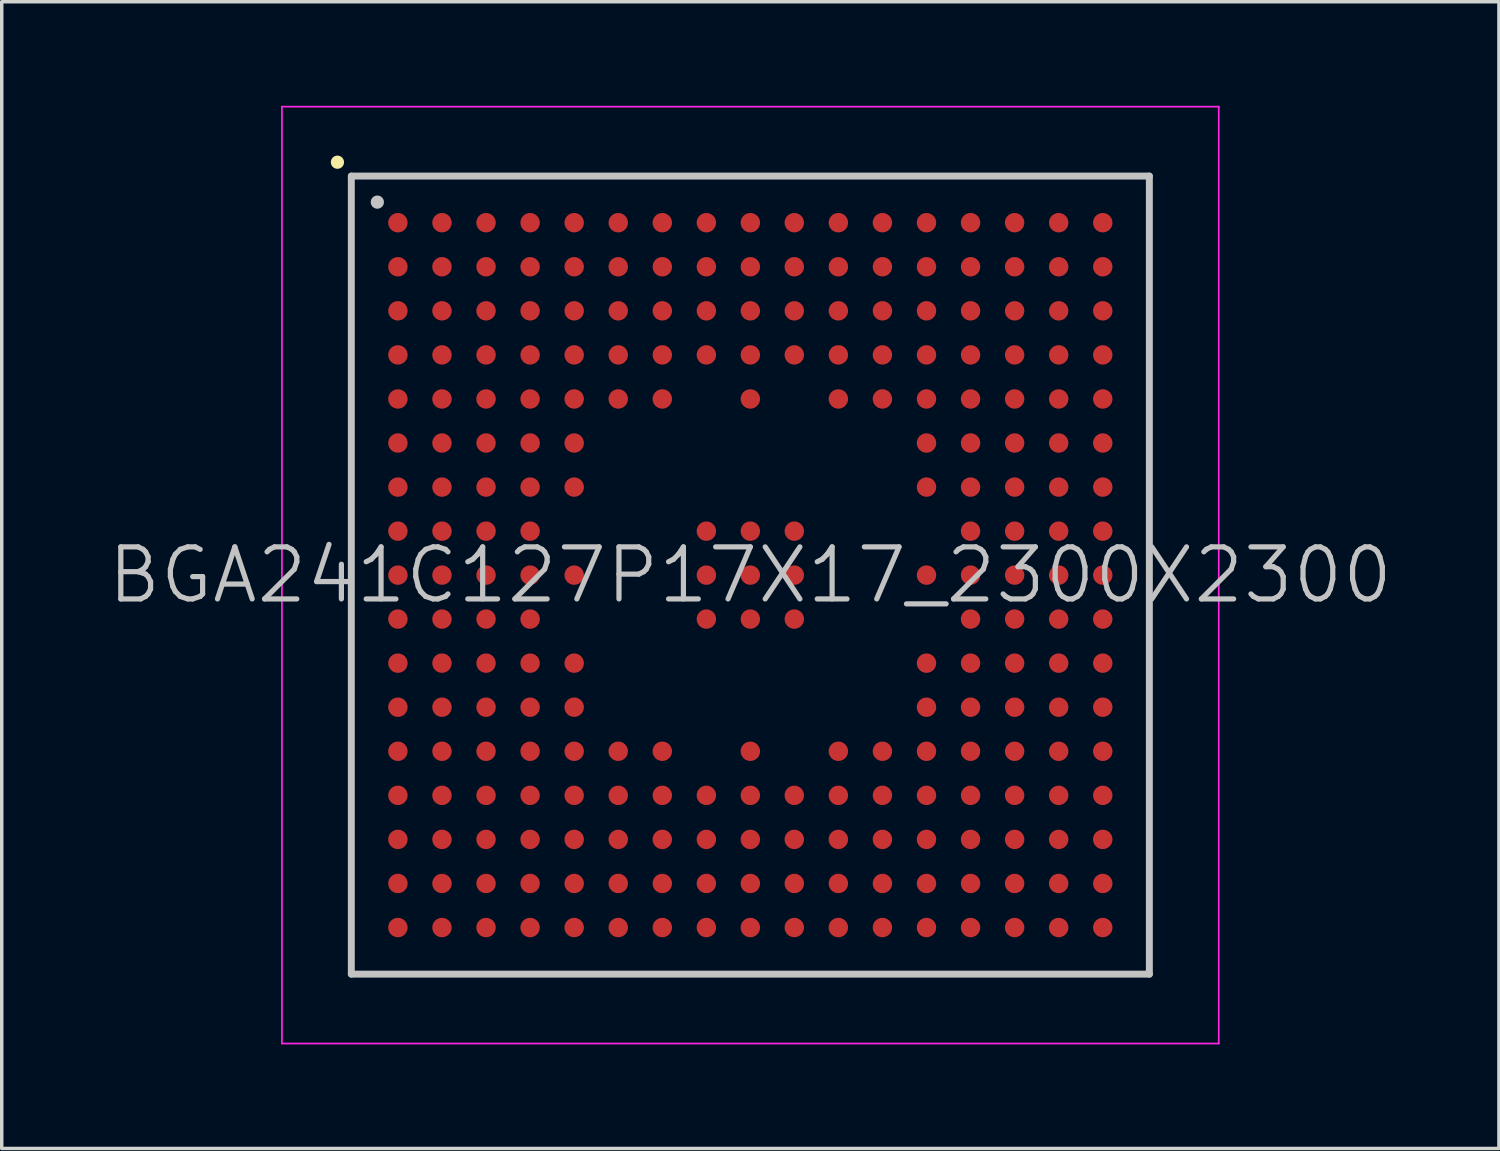
<source format=kicad_pcb>
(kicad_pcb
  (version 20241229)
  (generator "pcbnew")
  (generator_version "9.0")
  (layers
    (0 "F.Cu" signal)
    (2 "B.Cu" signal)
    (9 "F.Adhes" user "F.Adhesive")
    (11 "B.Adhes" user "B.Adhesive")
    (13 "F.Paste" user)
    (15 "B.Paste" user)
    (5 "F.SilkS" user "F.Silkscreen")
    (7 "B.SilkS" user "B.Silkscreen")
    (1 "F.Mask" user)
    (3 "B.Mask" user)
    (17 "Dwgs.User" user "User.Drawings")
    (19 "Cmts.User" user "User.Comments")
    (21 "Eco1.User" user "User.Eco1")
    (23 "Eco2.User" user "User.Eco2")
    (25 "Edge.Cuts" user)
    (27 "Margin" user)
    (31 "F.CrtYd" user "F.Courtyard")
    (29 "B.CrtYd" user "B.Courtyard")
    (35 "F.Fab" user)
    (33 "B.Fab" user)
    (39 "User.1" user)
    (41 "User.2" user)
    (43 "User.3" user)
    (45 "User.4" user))
  (footprint "BGA241C127P17X17_2300X2300"
    (layer "F.Cu")
    (at 18.575 13.525)
    (property "Reference" "BGA241C127P17X17_2300X2300" (at 0 0 0) (layer "Dwgs.User") (effects (font (size 1.5 1.5) (thickness 0.15))))
    (attr smd)
    (fp_line (start -11.9 -11.9) (end -11.9 -11.9) (stroke (width 0.381) (type solid)) (layer "F.SilkS"))
    (fp_line (start -11.5 -11.5) (end -11.5 11.5) (stroke (width 0.2) (type solid)) (layer "Dwgs.User"))
    (fp_line (start -11.5 -11.5) (end 11.5 -11.5) (stroke (width 0.2) (type solid)) (layer "Dwgs.User"))
    (fp_line (start -11.5 11.5) (end 11.5 11.5) (stroke (width 0.2) (type solid)) (layer "Dwgs.User"))
    (fp_line (start -10.75 -10.75) (end -10.75 -10.75) (stroke (width 0.381) (type solid)) (layer "Dwgs.User"))
    (fp_line (start 11.5 -11.5) (end 11.5 11.5) (stroke (width 0.2) (type solid)) (layer "Dwgs.User"))
    (fp_line (start -13.5 -13.5) (end -13.5 13.5) (stroke (width 0.05) (type solid)) (layer "F.CrtYd"))
    (fp_line (start -13.5 -13.5) (end 13.5 -13.5) (stroke (width 0.05) (type solid)) (layer "F.CrtYd"))
    (fp_line (start -13.5 13.5) (end 13.5 13.5) (stroke (width 0.05) (type solid)) (layer "F.CrtYd"))
    (fp_line (start 13.5 -13.5) (end 13.5 13.5) (stroke (width 0.05) (type solid)) (layer "F.CrtYd"))
    (pad "A1" smd circle (at -10.157 -10.157 270) (size 0.56 0.56) (layers "F.Cu" "F.Mask" "F.Paste"))
    (pad "A2" smd circle (at -8.887 -10.157 270) (size 0.56 0.56) (layers "F.Cu" "F.Mask" "F.Paste"))
    (pad "A3" smd circle (at -7.617 -10.157 270) (size 0.56 0.56) (layers "F.Cu" "F.Mask" "F.Paste"))
    (pad "A4" smd circle (at -6.347 -10.157 270) (size 0.56 0.56) (layers "F.Cu" "F.Mask" "F.Paste"))
    (pad "A5" smd circle (at -5.077 -10.157 270) (size 0.56 0.56) (layers "F.Cu" "F.Mask" "F.Paste"))
    (pad "A6" smd circle (at -3.807 -10.157 270) (size 0.56 0.56) (layers "F.Cu" "F.Mask" "F.Paste"))
    (pad "A7" smd circle (at -2.537 -10.157 270) (size 0.56 0.56) (layers "F.Cu" "F.Mask" "F.Paste"))
    (pad "A8" smd circle (at -1.267 -10.157 270) (size 0.56 0.56) (layers "F.Cu" "F.Mask" "F.Paste"))
    (pad "A9" smd circle (at 0 -10.157 270) (size 0.56 0.56) (layers "F.Cu" "F.Mask" "F.Paste"))
    (pad "A10" smd circle (at 1.267 -10.157 270) (size 0.56 0.56) (layers "F.Cu" "F.Mask" "F.Paste"))
    (pad "A11" smd circle (at 2.537 -10.157 270) (size 0.56 0.56) (layers "F.Cu" "F.Mask" "F.Paste"))
    (pad "A12" smd circle (at 3.807 -10.157 270) (size 0.56 0.56) (layers "F.Cu" "F.Mask" "F.Paste"))
    (pad "A13" smd circle (at 5.077 -10.157 270) (size 0.56 0.56) (layers "F.Cu" "F.Mask" "F.Paste"))
    (pad "A14" smd circle (at 6.347 -10.157 270) (size 0.56 0.56) (layers "F.Cu" "F.Mask" "F.Paste"))
    (pad "A15" smd circle (at 7.617 -10.157 270) (size 0.56 0.56) (layers "F.Cu" "F.Mask" "F.Paste"))
    (pad "A16" smd circle (at 8.887 -10.157 270) (size 0.56 0.56) (layers "F.Cu" "F.Mask" "F.Paste"))
    (pad "A17" smd circle (at 10.157 -10.157 270) (size 0.56 0.56) (layers "F.Cu" "F.Mask" "F.Paste"))
    (pad "B1" smd circle (at -10.157 -8.887 270) (size 0.56 0.56) (layers "F.Cu" "F.Mask" "F.Paste"))
    (pad "B2" smd circle (at -8.887 -8.887 270) (size 0.56 0.56) (layers "F.Cu" "F.Mask" "F.Paste"))
    (pad "B3" smd circle (at -7.617 -8.887 270) (size 0.56 0.56) (layers "F.Cu" "F.Mask" "F.Paste"))
    (pad "B4" smd circle (at -6.347 -8.887 270) (size 0.56 0.56) (layers "F.Cu" "F.Mask" "F.Paste"))
    (pad "B5" smd circle (at -5.077 -8.887 270) (size 0.56 0.56) (layers "F.Cu" "F.Mask" "F.Paste"))
    (pad "B6" smd circle (at -3.807 -8.887 270) (size 0.56 0.56) (layers "F.Cu" "F.Mask" "F.Paste"))
    (pad "B7" smd circle (at -2.537 -8.887 270) (size 0.56 0.56) (layers "F.Cu" "F.Mask" "F.Paste"))
    (pad "B8" smd circle (at -1.267 -8.887 270) (size 0.56 0.56) (layers "F.Cu" "F.Mask" "F.Paste"))
    (pad "B9" smd circle (at 0 -8.887 270) (size 0.56 0.56) (layers "F.Cu" "F.Mask" "F.Paste"))
    (pad "B10" smd circle (at 1.267 -8.887 270) (size 0.56 0.56) (layers "F.Cu" "F.Mask" "F.Paste"))
    (pad "B11" smd circle (at 2.537 -8.887 270) (size 0.56 0.56) (layers "F.Cu" "F.Mask" "F.Paste"))
    (pad "B12" smd circle (at 3.807 -8.887 270) (size 0.56 0.56) (layers "F.Cu" "F.Mask" "F.Paste"))
    (pad "B13" smd circle (at 5.077 -8.887 270) (size 0.56 0.56) (layers "F.Cu" "F.Mask" "F.Paste"))
    (pad "B14" smd circle (at 6.347 -8.887 270) (size 0.56 0.56) (layers "F.Cu" "F.Mask" "F.Paste"))
    (pad "B15" smd circle (at 7.617 -8.887 270) (size 0.56 0.56) (layers "F.Cu" "F.Mask" "F.Paste"))
    (pad "B16" smd circle (at 8.887 -8.887 270) (size 0.56 0.56) (layers "F.Cu" "F.Mask" "F.Paste"))
    (pad "B17" smd circle (at 10.157 -8.887 270) (size 0.56 0.56) (layers "F.Cu" "F.Mask" "F.Paste"))
    (pad "C1" smd circle (at -10.157 -7.617 270) (size 0.56 0.56) (layers "F.Cu" "F.Mask" "F.Paste"))
    (pad "C2" smd circle (at -8.887 -7.617 270) (size 0.56 0.56) (layers "F.Cu" "F.Mask" "F.Paste"))
    (pad "C3" smd circle (at -7.617 -7.617 270) (size 0.56 0.56) (layers "F.Cu" "F.Mask" "F.Paste"))
    (pad "C4" smd circle (at -6.347 -7.617 270) (size 0.56 0.56) (layers "F.Cu" "F.Mask" "F.Paste"))
    (pad "C5" smd circle (at -5.077 -7.617 270) (size 0.56 0.56) (layers "F.Cu" "F.Mask" "F.Paste"))
    (pad "C6" smd circle (at -3.807 -7.617 270) (size 0.56 0.56) (layers "F.Cu" "F.Mask" "F.Paste"))
    (pad "C7" smd circle (at -2.537 -7.617 270) (size 0.56 0.56) (layers "F.Cu" "F.Mask" "F.Paste"))
    (pad "C8" smd circle (at -1.267 -7.617 270) (size 0.56 0.56) (layers "F.Cu" "F.Mask" "F.Paste"))
    (pad "C9" smd circle (at 0 -7.617 270) (size 0.56 0.56) (layers "F.Cu" "F.Mask" "F.Paste"))
    (pad "C10" smd circle (at 1.267 -7.617 270) (size 0.56 0.56) (layers "F.Cu" "F.Mask" "F.Paste"))
    (pad "C11" smd circle (at 2.537 -7.617 270) (size 0.56 0.56) (layers "F.Cu" "F.Mask" "F.Paste"))
    (pad "C12" smd circle (at 3.807 -7.617 270) (size 0.56 0.56) (layers "F.Cu" "F.Mask" "F.Paste"))
    (pad "C13" smd circle (at 5.077 -7.617 270) (size 0.56 0.56) (layers "F.Cu" "F.Mask" "F.Paste"))
    (pad "C14" smd circle (at 6.347 -7.617 270) (size 0.56 0.56) (layers "F.Cu" "F.Mask" "F.Paste"))
    (pad "C15" smd circle (at 7.617 -7.617 270) (size 0.56 0.56) (layers "F.Cu" "F.Mask" "F.Paste"))
    (pad "C16" smd circle (at 8.887 -7.617 270) (size 0.56 0.56) (layers "F.Cu" "F.Mask" "F.Paste"))
    (pad "C17" smd circle (at 10.157 -7.617 270) (size 0.56 0.56) (layers "F.Cu" "F.Mask" "F.Paste"))
    (pad "D1" smd circle (at -10.157 -6.347 270) (size 0.56 0.56) (layers "F.Cu" "F.Mask" "F.Paste"))
    (pad "D2" smd circle (at -8.887 -6.347 270) (size 0.56 0.56) (layers "F.Cu" "F.Mask" "F.Paste"))
    (pad "D3" smd circle (at -7.617 -6.347 270) (size 0.56 0.56) (layers "F.Cu" "F.Mask" "F.Paste"))
    (pad "D4" smd circle (at -6.347 -6.347 270) (size 0.56 0.56) (layers "F.Cu" "F.Mask" "F.Paste"))
    (pad "D5" smd circle (at -5.077 -6.347 270) (size 0.56 0.56) (layers "F.Cu" "F.Mask" "F.Paste"))
    (pad "D6" smd circle (at -3.807 -6.347 270) (size 0.56 0.56) (layers "F.Cu" "F.Mask" "F.Paste"))
    (pad "D7" smd circle (at -2.537 -6.347 270) (size 0.56 0.56) (layers "F.Cu" "F.Mask" "F.Paste"))
    (pad "D8" smd circle (at -1.267 -6.347 270) (size 0.56 0.56) (layers "F.Cu" "F.Mask" "F.Paste"))
    (pad "D9" smd circle (at 0 -6.347 270) (size 0.56 0.56) (layers "F.Cu" "F.Mask" "F.Paste"))
    (pad "D10" smd circle (at 1.267 -6.347 270) (size 0.56 0.56) (layers "F.Cu" "F.Mask" "F.Paste"))
    (pad "D11" smd circle (at 2.537 -6.347 270) (size 0.56 0.56) (layers "F.Cu" "F.Mask" "F.Paste"))
    (pad "D12" smd circle (at 3.807 -6.347 270) (size 0.56 0.56) (layers "F.Cu" "F.Mask" "F.Paste"))
    (pad "D13" smd circle (at 5.077 -6.347 270) (size 0.56 0.56) (layers "F.Cu" "F.Mask" "F.Paste"))
    (pad "D14" smd circle (at 6.347 -6.347 270) (size 0.56 0.56) (layers "F.Cu" "F.Mask" "F.Paste"))
    (pad "D15" smd circle (at 7.617 -6.347 270) (size 0.56 0.56) (layers "F.Cu" "F.Mask" "F.Paste"))
    (pad "D16" smd circle (at 8.887 -6.347 270) (size 0.56 0.56) (layers "F.Cu" "F.Mask" "F.Paste"))
    (pad "D17" smd circle (at 10.157 -6.347 270) (size 0.56 0.56) (layers "F.Cu" "F.Mask" "F.Paste"))
    (pad "E1" smd circle (at -10.157 -5.077 270) (size 0.56 0.56) (layers "F.Cu" "F.Mask" "F.Paste"))
    (pad "E2" smd circle (at -8.887 -5.077 270) (size 0.56 0.56) (layers "F.Cu" "F.Mask" "F.Paste"))
    (pad "E3" smd circle (at -7.617 -5.077 270) (size 0.56 0.56) (layers "F.Cu" "F.Mask" "F.Paste"))
    (pad "E4" smd circle (at -6.347 -5.077 270) (size 0.56 0.56) (layers "F.Cu" "F.Mask" "F.Paste"))
    (pad "E5" smd circle (at -5.077 -5.077 270) (size 0.56 0.56) (layers "F.Cu" "F.Mask" "F.Paste"))
    (pad "E6" smd circle (at -3.807 -5.077 270) (size 0.56 0.56) (layers "F.Cu" "F.Mask" "F.Paste"))
    (pad "E7" smd circle (at -2.537 -5.077 270) (size 0.56 0.56) (layers "F.Cu" "F.Mask" "F.Paste"))
    (pad "E9" smd circle (at 0 -5.077 270) (size 0.56 0.56) (layers "F.Cu" "F.Mask" "F.Paste"))
    (pad "E11" smd circle (at 2.537 -5.077 270) (size 0.56 0.56) (layers "F.Cu" "F.Mask" "F.Paste"))
    (pad "E12" smd circle (at 3.807 -5.077 270) (size 0.56 0.56) (layers "F.Cu" "F.Mask" "F.Paste"))
    (pad "E13" smd circle (at 5.077 -5.077 270) (size 0.56 0.56) (layers "F.Cu" "F.Mask" "F.Paste"))
    (pad "E14" smd circle (at 6.347 -5.077 270) (size 0.56 0.56) (layers "F.Cu" "F.Mask" "F.Paste"))
    (pad "E15" smd circle (at 7.617 -5.077 270) (size 0.56 0.56) (layers "F.Cu" "F.Mask" "F.Paste"))
    (pad "E16" smd circle (at 8.887 -5.077 270) (size 0.56 0.56) (layers "F.Cu" "F.Mask" "F.Paste"))
    (pad "E17" smd circle (at 10.157 -5.077 270) (size 0.56 0.56) (layers "F.Cu" "F.Mask" "F.Paste"))
    (pad "F1" smd circle (at -10.157 -3.807 270) (size 0.56 0.56) (layers "F.Cu" "F.Mask" "F.Paste"))
    (pad "F2" smd circle (at -8.887 -3.807 270) (size 0.56 0.56) (layers "F.Cu" "F.Mask" "F.Paste"))
    (pad "F3" smd circle (at -7.617 -3.807 270) (size 0.56 0.56) (layers "F.Cu" "F.Mask" "F.Paste"))
    (pad "F4" smd circle (at -6.347 -3.807 270) (size 0.56 0.56) (layers "F.Cu" "F.Mask" "F.Paste"))
    (pad "F5" smd circle (at -5.077 -3.807 270) (size 0.56 0.56) (layers "F.Cu" "F.Mask" "F.Paste"))
    (pad "F13" smd circle (at 5.077 -3.807 270) (size 0.56 0.56) (layers "F.Cu" "F.Mask" "F.Paste"))
    (pad "F14" smd circle (at 6.347 -3.807 270) (size 0.56 0.56) (layers "F.Cu" "F.Mask" "F.Paste"))
    (pad "F15" smd circle (at 7.617 -3.807 270) (size 0.56 0.56) (layers "F.Cu" "F.Mask" "F.Paste"))
    (pad "F16" smd circle (at 8.887 -3.807 270) (size 0.56 0.56) (layers "F.Cu" "F.Mask" "F.Paste"))
    (pad "F17" smd circle (at 10.157 -3.807 270) (size 0.56 0.56) (layers "F.Cu" "F.Mask" "F.Paste"))
    (pad "G1" smd circle (at -10.157 -2.537 270) (size 0.56 0.56) (layers "F.Cu" "F.Mask" "F.Paste"))
    (pad "G2" smd circle (at -8.887 -2.537 270) (size 0.56 0.56) (layers "F.Cu" "F.Mask" "F.Paste"))
    (pad "G3" smd circle (at -7.617 -2.537 270) (size 0.56 0.56) (layers "F.Cu" "F.Mask" "F.Paste"))
    (pad "G4" smd circle (at -6.347 -2.537 270) (size 0.56 0.56) (layers "F.Cu" "F.Mask" "F.Paste"))
    (pad "G5" smd circle (at -5.077 -2.537 270) (size 0.56 0.56) (layers "F.Cu" "F.Mask" "F.Paste"))
    (pad "G13" smd circle (at 5.077 -2.537 270) (size 0.56 0.56) (layers "F.Cu" "F.Mask" "F.Paste"))
    (pad "G14" smd circle (at 6.347 -2.537 270) (size 0.56 0.56) (layers "F.Cu" "F.Mask" "F.Paste"))
    (pad "G15" smd circle (at 7.617 -2.537 270) (size 0.56 0.56) (layers "F.Cu" "F.Mask" "F.Paste"))
    (pad "G16" smd circle (at 8.887 -2.537 270) (size 0.56 0.56) (layers "F.Cu" "F.Mask" "F.Paste"))
    (pad "G17" smd circle (at 10.157 -2.537 270) (size 0.56 0.56) (layers "F.Cu" "F.Mask" "F.Paste"))
    (pad "H1" smd circle (at -10.157 -1.267 270) (size 0.56 0.56) (layers "F.Cu" "F.Mask" "F.Paste"))
    (pad "H2" smd circle (at -8.887 -1.267 270) (size 0.56 0.56) (layers "F.Cu" "F.Mask" "F.Paste"))
    (pad "H3" smd circle (at -7.617 -1.267 270) (size 0.56 0.56) (layers "F.Cu" "F.Mask" "F.Paste"))
    (pad "H4" smd circle (at -6.347 -1.267 270) (size 0.56 0.56) (layers "F.Cu" "F.Mask" "F.Paste"))
    (pad "H8" smd circle (at -1.267 -1.267 270) (size 0.56 0.56) (layers "F.Cu" "F.Mask" "F.Paste"))
    (pad "H9" smd circle (at 0 -1.267 270) (size 0.56 0.56) (layers "F.Cu" "F.Mask" "F.Paste"))
    (pad "H10" smd circle (at 1.267 -1.267 270) (size 0.56 0.56) (layers "F.Cu" "F.Mask" "F.Paste"))
    (pad "H14" smd circle (at 6.347 -1.267 270) (size 0.56 0.56) (layers "F.Cu" "F.Mask" "F.Paste"))
    (pad "H15" smd circle (at 7.617 -1.267 270) (size 0.56 0.56) (layers "F.Cu" "F.Mask" "F.Paste"))
    (pad "H16" smd circle (at 8.887 -1.267 270) (size 0.56 0.56) (layers "F.Cu" "F.Mask" "F.Paste"))
    (pad "H17" smd circle (at 10.157 -1.267 270) (size 0.56 0.56) (layers "F.Cu" "F.Mask" "F.Paste"))
    (pad "J1" smd circle (at -10.157 0 270) (size 0.56 0.56) (layers "F.Cu" "F.Mask" "F.Paste"))
    (pad "J2" smd circle (at -8.887 0 270) (size 0.56 0.56) (layers "F.Cu" "F.Mask" "F.Paste"))
    (pad "J3" smd circle (at -7.617 0 270) (size 0.56 0.56) (layers "F.Cu" "F.Mask" "F.Paste"))
    (pad "J4" smd circle (at -6.347 0 270) (size 0.56 0.56) (layers "F.Cu" "F.Mask" "F.Paste"))
    (pad "J5" smd circle (at -5.077 0 270) (size 0.56 0.56) (layers "F.Cu" "F.Mask" "F.Paste"))
    (pad "J8" smd circle (at -1.267 0 270) (size 0.56 0.56) (layers "F.Cu" "F.Mask" "F.Paste"))
    (pad "J9" smd circle (at 0 0 270) (size 0.56 0.56) (layers "F.Cu" "F.Mask" "F.Paste"))
    (pad "J10" smd circle (at 1.267 0 270) (size 0.56 0.56) (layers "F.Cu" "F.Mask" "F.Paste"))
    (pad "J13" smd circle (at 5.077 0 270) (size 0.56 0.56) (layers "F.Cu" "F.Mask" "F.Paste"))
    (pad "J14" smd circle (at 6.347 0 270) (size 0.56 0.56) (layers "F.Cu" "F.Mask" "F.Paste"))
    (pad "J15" smd circle (at 7.617 0 270) (size 0.56 0.56) (layers "F.Cu" "F.Mask" "F.Paste"))
    (pad "J16" smd circle (at 8.887 0 270) (size 0.56 0.56) (layers "F.Cu" "F.Mask" "F.Paste"))
    (pad "J17" smd circle (at 10.157 0 270) (size 0.56 0.56) (layers "F.Cu" "F.Mask" "F.Paste"))
    (pad "K1" smd circle (at -10.157 1.267 270) (size 0.56 0.56) (layers "F.Cu" "F.Mask" "F.Paste"))
    (pad "K2" smd circle (at -8.887 1.267 270) (size 0.56 0.56) (layers "F.Cu" "F.Mask" "F.Paste"))
    (pad "K3" smd circle (at -7.617 1.267 270) (size 0.56 0.56) (layers "F.Cu" "F.Mask" "F.Paste"))
    (pad "K4" smd circle (at -6.347 1.267 270) (size 0.56 0.56) (layers "F.Cu" "F.Mask" "F.Paste"))
    (pad "K8" smd circle (at -1.267 1.267 270) (size 0.56 0.56) (layers "F.Cu" "F.Mask" "F.Paste"))
    (pad "K9" smd circle (at 0 1.267 270) (size 0.56 0.56) (layers "F.Cu" "F.Mask" "F.Paste"))
    (pad "K10" smd circle (at 1.267 1.267 270) (size 0.56 0.56) (layers "F.Cu" "F.Mask" "F.Paste"))
    (pad "K14" smd circle (at 6.347 1.267 270) (size 0.56 0.56) (layers "F.Cu" "F.Mask" "F.Paste"))
    (pad "K15" smd circle (at 7.617 1.267 270) (size 0.56 0.56) (layers "F.Cu" "F.Mask" "F.Paste"))
    (pad "K16" smd circle (at 8.887 1.267 270) (size 0.56 0.56) (layers "F.Cu" "F.Mask" "F.Paste"))
    (pad "K17" smd circle (at 10.157 1.267 270) (size 0.56 0.56) (layers "F.Cu" "F.Mask" "F.Paste"))
    (pad "L1" smd circle (at -10.157 2.537 270) (size 0.56 0.56) (layers "F.Cu" "F.Mask" "F.Paste"))
    (pad "L2" smd circle (at -8.887 2.537 270) (size 0.56 0.56) (layers "F.Cu" "F.Mask" "F.Paste"))
    (pad "L3" smd circle (at -7.617 2.537 270) (size 0.56 0.56) (layers "F.Cu" "F.Mask" "F.Paste"))
    (pad "L4" smd circle (at -6.347 2.537 270) (size 0.56 0.56) (layers "F.Cu" "F.Mask" "F.Paste"))
    (pad "L5" smd circle (at -5.077 2.537 270) (size 0.56 0.56) (layers "F.Cu" "F.Mask" "F.Paste"))
    (pad "L13" smd circle (at 5.077 2.537 270) (size 0.56 0.56) (layers "F.Cu" "F.Mask" "F.Paste"))
    (pad "L14" smd circle (at 6.347 2.537 270) (size 0.56 0.56) (layers "F.Cu" "F.Mask" "F.Paste"))
    (pad "L15" smd circle (at 7.617 2.537 270) (size 0.56 0.56) (layers "F.Cu" "F.Mask" "F.Paste"))
    (pad "L16" smd circle (at 8.887 2.537 270) (size 0.56 0.56) (layers "F.Cu" "F.Mask" "F.Paste"))
    (pad "L17" smd circle (at 10.157 2.537 270) (size 0.56 0.56) (layers "F.Cu" "F.Mask" "F.Paste"))
    (pad "M1" smd circle (at -10.157 3.807 270) (size 0.56 0.56) (layers "F.Cu" "F.Mask" "F.Paste"))
    (pad "M2" smd circle (at -8.887 3.807 270) (size 0.56 0.56) (layers "F.Cu" "F.Mask" "F.Paste"))
    (pad "M3" smd circle (at -7.617 3.807 270) (size 0.56 0.56) (layers "F.Cu" "F.Mask" "F.Paste"))
    (pad "M4" smd circle (at -6.347 3.807 270) (size 0.56 0.56) (layers "F.Cu" "F.Mask" "F.Paste"))
    (pad "M5" smd circle (at -5.077 3.807 270) (size 0.56 0.56) (layers "F.Cu" "F.Mask" "F.Paste"))
    (pad "M13" smd circle (at 5.077 3.807 270) (size 0.56 0.56) (layers "F.Cu" "F.Mask" "F.Paste"))
    (pad "M14" smd circle (at 6.347 3.807 270) (size 0.56 0.56) (layers "F.Cu" "F.Mask" "F.Paste"))
    (pad "M15" smd circle (at 7.617 3.807 270) (size 0.56 0.56) (layers "F.Cu" "F.Mask" "F.Paste"))
    (pad "M16" smd circle (at 8.887 3.807 270) (size 0.56 0.56) (layers "F.Cu" "F.Mask" "F.Paste"))
    (pad "M17" smd circle (at 10.157 3.807 270) (size 0.56 0.56) (layers "F.Cu" "F.Mask" "F.Paste"))
    (pad "N1" smd circle (at -10.157 5.077 270) (size 0.56 0.56) (layers "F.Cu" "F.Mask" "F.Paste"))
    (pad "N2" smd circle (at -8.887 5.077 270) (size 0.56 0.56) (layers "F.Cu" "F.Mask" "F.Paste"))
    (pad "N3" smd circle (at -7.617 5.077 270) (size 0.56 0.56) (layers "F.Cu" "F.Mask" "F.Paste"))
    (pad "N4" smd circle (at -6.347 5.077 270) (size 0.56 0.56) (layers "F.Cu" "F.Mask" "F.Paste"))
    (pad "N5" smd circle (at -5.077 5.077 270) (size 0.56 0.56) (layers "F.Cu" "F.Mask" "F.Paste"))
    (pad "N6" smd circle (at -3.807 5.077 270) (size 0.56 0.56) (layers "F.Cu" "F.Mask" "F.Paste"))
    (pad "N7" smd circle (at -2.537 5.077 270) (size 0.56 0.56) (layers "F.Cu" "F.Mask" "F.Paste"))
    (pad "N9" smd circle (at 0 5.077 270) (size 0.56 0.56) (layers "F.Cu" "F.Mask" "F.Paste"))
    (pad "N11" smd circle (at 2.537 5.077 270) (size 0.56 0.56) (layers "F.Cu" "F.Mask" "F.Paste"))
    (pad "N12" smd circle (at 3.807 5.077 270) (size 0.56 0.56) (layers "F.Cu" "F.Mask" "F.Paste"))
    (pad "N13" smd circle (at 5.077 5.077 270) (size 0.56 0.56) (layers "F.Cu" "F.Mask" "F.Paste"))
    (pad "N14" smd circle (at 6.347 5.077 270) (size 0.56 0.56) (layers "F.Cu" "F.Mask" "F.Paste"))
    (pad "N15" smd circle (at 7.617 5.077 270) (size 0.56 0.56) (layers "F.Cu" "F.Mask" "F.Paste"))
    (pad "N16" smd circle (at 8.887 5.077 270) (size 0.56 0.56) (layers "F.Cu" "F.Mask" "F.Paste"))
    (pad "N17" smd circle (at 10.157 5.077 270) (size 0.56 0.56) (layers "F.Cu" "F.Mask" "F.Paste"))
    (pad "P1" smd circle (at -10.157 6.347 270) (size 0.56 0.56) (layers "F.Cu" "F.Mask" "F.Paste"))
    (pad "P2" smd circle (at -8.887 6.347 270) (size 0.56 0.56) (layers "F.Cu" "F.Mask" "F.Paste"))
    (pad "P3" smd circle (at -7.617 6.347 270) (size 0.56 0.56) (layers "F.Cu" "F.Mask" "F.Paste"))
    (pad "P4" smd circle (at -6.347 6.347 270) (size 0.56 0.56) (layers "F.Cu" "F.Mask" "F.Paste"))
    (pad "P5" smd circle (at -5.077 6.347 270) (size 0.56 0.56) (layers "F.Cu" "F.Mask" "F.Paste"))
    (pad "P6" smd circle (at -3.807 6.347 270) (size 0.56 0.56) (layers "F.Cu" "F.Mask" "F.Paste"))
    (pad "P7" smd circle (at -2.537 6.347 270) (size 0.56 0.56) (layers "F.Cu" "F.Mask" "F.Paste"))
    (pad "P8" smd circle (at -1.267 6.347 270) (size 0.56 0.56) (layers "F.Cu" "F.Mask" "F.Paste"))
    (pad "P9" smd circle (at 0 6.347 270) (size 0.56 0.56) (layers "F.Cu" "F.Mask" "F.Paste"))
    (pad "P10" smd circle (at 1.267 6.347 270) (size 0.56 0.56) (layers "F.Cu" "F.Mask" "F.Paste"))
    (pad "P11" smd circle (at 2.537 6.347 270) (size 0.56 0.56) (layers "F.Cu" "F.Mask" "F.Paste"))
    (pad "P12" smd circle (at 3.807 6.347 270) (size 0.56 0.56) (layers "F.Cu" "F.Mask" "F.Paste"))
    (pad "P13" smd circle (at 5.077 6.347 270) (size 0.56 0.56) (layers "F.Cu" "F.Mask" "F.Paste"))
    (pad "P14" smd circle (at 6.347 6.347 270) (size 0.56 0.56) (layers "F.Cu" "F.Mask" "F.Paste"))
    (pad "P15" smd circle (at 7.617 6.347 270) (size 0.56 0.56) (layers "F.Cu" "F.Mask" "F.Paste"))
    (pad "P16" smd circle (at 8.887 6.347 270) (size 0.56 0.56) (layers "F.Cu" "F.Mask" "F.Paste"))
    (pad "P17" smd circle (at 10.157 6.347 270) (size 0.56 0.56) (layers "F.Cu" "F.Mask" "F.Paste"))
    (pad "R1" smd circle (at -10.157 7.617 270) (size 0.56 0.56) (layers "F.Cu" "F.Mask" "F.Paste"))
    (pad "R2" smd circle (at -8.887 7.617 270) (size 0.56 0.56) (layers "F.Cu" "F.Mask" "F.Paste"))
    (pad "R3" smd circle (at -7.617 7.617 270) (size 0.56 0.56) (layers "F.Cu" "F.Mask" "F.Paste"))
    (pad "R4" smd circle (at -6.347 7.617 270) (size 0.56 0.56) (layers "F.Cu" "F.Mask" "F.Paste"))
    (pad "R5" smd circle (at -5.077 7.617 270) (size 0.56 0.56) (layers "F.Cu" "F.Mask" "F.Paste"))
    (pad "R6" smd circle (at -3.807 7.617 270) (size 0.56 0.56) (layers "F.Cu" "F.Mask" "F.Paste"))
    (pad "R7" smd circle (at -2.537 7.617 270) (size 0.56 0.56) (layers "F.Cu" "F.Mask" "F.Paste"))
    (pad "R8" smd circle (at -1.267 7.617 270) (size 0.56 0.56) (layers "F.Cu" "F.Mask" "F.Paste"))
    (pad "R9" smd circle (at 0 7.617 270) (size 0.56 0.56) (layers "F.Cu" "F.Mask" "F.Paste"))
    (pad "R10" smd circle (at 1.267 7.617 270) (size 0.56 0.56) (layers "F.Cu" "F.Mask" "F.Paste"))
    (pad "R11" smd circle (at 2.537 7.617 270) (size 0.56 0.56) (layers "F.Cu" "F.Mask" "F.Paste"))
    (pad "R12" smd circle (at 3.807 7.617 270) (size 0.56 0.56) (layers "F.Cu" "F.Mask" "F.Paste"))
    (pad "R13" smd circle (at 5.077 7.617 270) (size 0.56 0.56) (layers "F.Cu" "F.Mask" "F.Paste"))
    (pad "R14" smd circle (at 6.347 7.617 270) (size 0.56 0.56) (layers "F.Cu" "F.Mask" "F.Paste"))
    (pad "R15" smd circle (at 7.617 7.617 270) (size 0.56 0.56) (layers "F.Cu" "F.Mask" "F.Paste"))
    (pad "R16" smd circle (at 8.887 7.617 270) (size 0.56 0.56) (layers "F.Cu" "F.Mask" "F.Paste"))
    (pad "R17" smd circle (at 10.157 7.617 270) (size 0.56 0.56) (layers "F.Cu" "F.Mask" "F.Paste"))
    (pad "T1" smd circle (at -10.157 8.887 270) (size 0.56 0.56) (layers "F.Cu" "F.Mask" "F.Paste"))
    (pad "T2" smd circle (at -8.887 8.887 270) (size 0.56 0.56) (layers "F.Cu" "F.Mask" "F.Paste"))
    (pad "T3" smd circle (at -7.617 8.887 270) (size 0.56 0.56) (layers "F.Cu" "F.Mask" "F.Paste"))
    (pad "T4" smd circle (at -6.347 8.887 270) (size 0.56 0.56) (layers "F.Cu" "F.Mask" "F.Paste"))
    (pad "T5" smd circle (at -5.077 8.887 270) (size 0.56 0.56) (layers "F.Cu" "F.Mask" "F.Paste"))
    (pad "T6" smd circle (at -3.807 8.887 270) (size 0.56 0.56) (layers "F.Cu" "F.Mask" "F.Paste"))
    (pad "T7" smd circle (at -2.537 8.887 270) (size 0.56 0.56) (layers "F.Cu" "F.Mask" "F.Paste"))
    (pad "T8" smd circle (at -1.267 8.887 270) (size 0.56 0.56) (layers "F.Cu" "F.Mask" "F.Paste"))
    (pad "T9" smd circle (at 0 8.887 270) (size 0.56 0.56) (layers "F.Cu" "F.Mask" "F.Paste"))
    (pad "T10" smd circle (at 1.267 8.887 270) (size 0.56 0.56) (layers "F.Cu" "F.Mask" "F.Paste"))
    (pad "T11" smd circle (at 2.537 8.887 270) (size 0.56 0.56) (layers "F.Cu" "F.Mask" "F.Paste"))
    (pad "T12" smd circle (at 3.807 8.887 270) (size 0.56 0.56) (layers "F.Cu" "F.Mask" "F.Paste"))
    (pad "T13" smd circle (at 5.077 8.887 270) (size 0.56 0.56) (layers "F.Cu" "F.Mask" "F.Paste"))
    (pad "T14" smd circle (at 6.347 8.887 270) (size 0.56 0.56) (layers "F.Cu" "F.Mask" "F.Paste"))
    (pad "T15" smd circle (at 7.617 8.887 270) (size 0.56 0.56) (layers "F.Cu" "F.Mask" "F.Paste"))
    (pad "T16" smd circle (at 8.887 8.887 270) (size 0.56 0.56) (layers "F.Cu" "F.Mask" "F.Paste"))
    (pad "T17" smd circle (at 10.157 8.887 270) (size 0.56 0.56) (layers "F.Cu" "F.Mask" "F.Paste"))
    (pad "U1" smd circle (at -10.157 10.157 270) (size 0.56 0.56) (layers "F.Cu" "F.Mask" "F.Paste"))
    (pad "U2" smd circle (at -8.887 10.157 270) (size 0.56 0.56) (layers "F.Cu" "F.Mask" "F.Paste"))
    (pad "U3" smd circle (at -7.617 10.157 270) (size 0.56 0.56) (layers "F.Cu" "F.Mask" "F.Paste"))
    (pad "U4" smd circle (at -6.347 10.157 270) (size 0.56 0.56) (layers "F.Cu" "F.Mask" "F.Paste"))
    (pad "U5" smd circle (at -5.077 10.157 270) (size 0.56 0.56) (layers "F.Cu" "F.Mask" "F.Paste"))
    (pad "U6" smd circle (at -3.807 10.157 270) (size 0.56 0.56) (layers "F.Cu" "F.Mask" "F.Paste"))
    (pad "U7" smd circle (at -2.537 10.157 270) (size 0.56 0.56) (layers "F.Cu" "F.Mask" "F.Paste"))
    (pad "U8" smd circle (at -1.267 10.157 270) (size 0.56 0.56) (layers "F.Cu" "F.Mask" "F.Paste"))
    (pad "U9" smd circle (at 0 10.157 270) (size 0.56 0.56) (layers "F.Cu" "F.Mask" "F.Paste"))
    (pad "U10" smd circle (at 1.267 10.157 270) (size 0.56 0.56) (layers "F.Cu" "F.Mask" "F.Paste"))
    (pad "U11" smd circle (at 2.537 10.157 270) (size 0.56 0.56) (layers "F.Cu" "F.Mask" "F.Paste"))
    (pad "U12" smd circle (at 3.807 10.157 270) (size 0.56 0.56) (layers "F.Cu" "F.Mask" "F.Paste"))
    (pad "U13" smd circle (at 5.077 10.157 270) (size 0.56 0.56) (layers "F.Cu" "F.Mask" "F.Paste"))
    (pad "U14" smd circle (at 6.347 10.157 270) (size 0.56 0.56) (layers "F.Cu" "F.Mask" "F.Paste"))
    (pad "U15" smd circle (at 7.617 10.157 270) (size 0.56 0.56) (layers "F.Cu" "F.Mask" "F.Paste"))
    (pad "U16" smd circle (at 8.887 10.157 270) (size 0.56 0.56) (layers "F.Cu" "F.Mask" "F.Paste"))
    (pad "U17" smd circle (at 10.157 10.157 270) (size 0.56 0.56) (layers "F.Cu" "F.Mask" "F.Paste")))
  (gr_rect
    (start -3 -3)
    (end 40.15 30.05)
    (stroke (width 0.1) (type default))
    (fill no)
    (layer "Edge.Cuts")))
</source>
